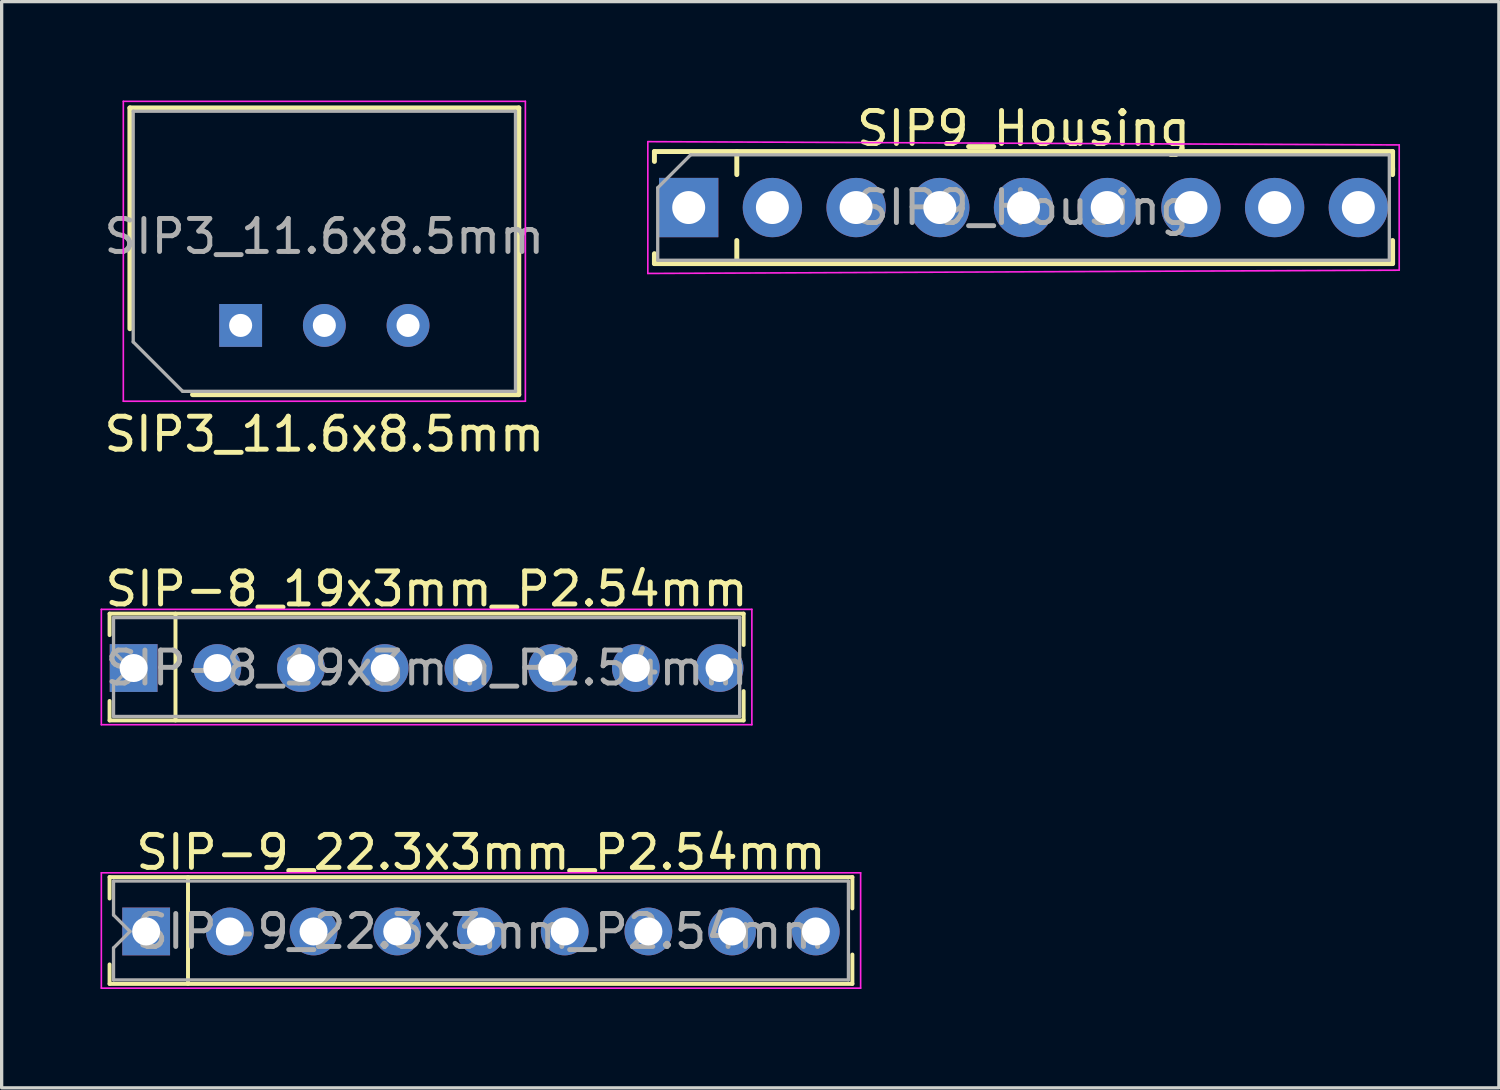
<source format=kicad_pcb>
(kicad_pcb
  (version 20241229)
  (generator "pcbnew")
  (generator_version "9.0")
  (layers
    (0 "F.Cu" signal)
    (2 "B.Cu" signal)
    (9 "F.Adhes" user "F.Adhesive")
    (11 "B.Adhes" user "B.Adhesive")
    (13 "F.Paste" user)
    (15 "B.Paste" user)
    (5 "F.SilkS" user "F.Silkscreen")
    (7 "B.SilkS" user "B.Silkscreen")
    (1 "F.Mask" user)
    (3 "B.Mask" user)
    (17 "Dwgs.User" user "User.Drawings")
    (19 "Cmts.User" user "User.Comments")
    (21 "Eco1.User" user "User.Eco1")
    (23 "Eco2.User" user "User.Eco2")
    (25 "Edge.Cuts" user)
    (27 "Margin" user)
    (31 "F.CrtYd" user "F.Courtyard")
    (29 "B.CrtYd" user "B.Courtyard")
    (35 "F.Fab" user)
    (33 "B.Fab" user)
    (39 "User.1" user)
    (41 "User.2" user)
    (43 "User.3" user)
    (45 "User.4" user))
  (footprint "SIP-9_22.3x3mm_P2.54mm"
    (layer "F.Cu")
    (at 1.385 25.215)
    (property "Reference" "SIP-9_22.3x3mm_P2.54mm" (at 10.16 -2.4 0) (layer "F.SilkS") (effects (font (size 1 1) (thickness 0.15))))
    (attr through_hole)
    (fp_line (start -1.11 -1.65) (end -1.11 -1) (stroke (width 0.12) (type solid)) (layer "F.SilkS"))
    (fp_line (start -1.11 1.59) (end -1.11 1) (stroke (width 0.12) (type solid)) (layer "F.SilkS"))
    (fp_line (start 1.27 1.59) (end 1.27 -1.65) (stroke (width 0.12) (type solid)) (layer "F.SilkS"))
    (fp_line (start 21.43 -1.65) (end -1.11 -1.65) (stroke (width 0.12) (type solid)) (layer "F.SilkS"))
    (fp_line (start 21.43 -1.65) (end 21.43 -0.7) (stroke (width 0.12) (type solid)) (layer "F.SilkS"))
    (fp_line (start 21.43 1.59) (end -1.11 1.59) (stroke (width 0.12) (type solid)) (layer "F.SilkS"))
    (fp_line (start 21.43 1.59) (end 21.43 0.7) (stroke (width 0.12) (type solid)) (layer "F.SilkS"))
    (fp_line (start -1.36 -1.78) (end 21.68 -1.78) (stroke (width 0.05) (type solid)) (layer "F.CrtYd"))
    (fp_line (start -1.36 1.72) (end -1.36 -1.78) (stroke (width 0.05) (type solid)) (layer "F.CrtYd"))
    (fp_line (start 21.68 -1.78) (end 21.68 1.72) (stroke (width 0.05) (type solid)) (layer "F.CrtYd"))
    (fp_line (start 21.68 1.72) (end -1.36 1.72) (stroke (width 0.05) (type solid)) (layer "F.CrtYd"))
    (fp_line (start -0.99 -1.53) (end -0.99 -0.5) (stroke (width 0.1) (type solid)) (layer "F.Fab"))
    (fp_line (start -0.99 -0.5) (end -0.49 0) (stroke (width 0.1) (type solid)) (layer "F.Fab"))
    (fp_line (start -0.99 0.5) (end -0.99 1.47) (stroke (width 0.1) (type solid)) (layer "F.Fab"))
    (fp_line (start -0.49 0) (end -0.99 0.5) (stroke (width 0.1) (type solid)) (layer "F.Fab"))
    (fp_line (start 21.31 -1.53) (end -0.99 -1.53) (stroke (width 0.1) (type solid)) (layer "F.Fab"))
    (fp_line (start 21.31 -1.53) (end 21.31 1.47) (stroke (width 0.1) (type solid)) (layer "F.Fab"))
    (fp_line (start 21.31 1.47) (end -0.99 1.47) (stroke (width 0.1) (type solid)) (layer "F.Fab"))
    (fp_text user "${REFERENCE}" (at 10.16 0 0) (layer "F.Fab") (effects (font (size 1 1) (thickness 0.15))))
    (pad "1" thru_hole rect (at 0 0 90) (size 1.45 1.45) (drill 0.85) (layers "*.Cu" "*.Mask"))
    (pad "2" thru_hole circle (at 2.54 0 90) (size 1.45 1.45) (drill 0.85) (layers "*.Cu" "*.Mask"))
    (pad "3" thru_hole circle (at 5.08 0 90) (size 1.45 1.45) (drill 0.85) (layers "*.Cu" "*.Mask"))
    (pad "4" thru_hole circle (at 7.62 0 90) (size 1.45 1.45) (drill 0.85) (layers "*.Cu" "*.Mask"))
    (pad "5" thru_hole circle (at 10.16 0 90) (size 1.45 1.45) (drill 0.85) (layers "*.Cu" "*.Mask"))
    (pad "6" thru_hole circle (at 12.7 0 90) (size 1.45 1.45) (drill 0.85) (layers "*.Cu" "*.Mask"))
    (pad "7" thru_hole circle (at 15.24 0 90) (size 1.45 1.45) (drill 0.85) (layers "*.Cu" "*.Mask"))
    (pad "8" thru_hole circle (at 17.78 0 90) (size 1.45 1.45) (drill 0.85) (layers "*.Cu" "*.Mask"))
    (pad "9" thru_hole circle (at 20.32 0 90) (size 1.45 1.45) (drill 0.85) (layers "*.Cu" "*.Mask")))
  (footprint "SIP3_11.6x8.5mm"
    (layer "F.Cu")
    (at 4.252 6.825)
    (property "Reference" "SIP3_11.6x8.5mm" (at 2.54 3.3 180) (layer "F.SilkS") (effects (font (size 1 1) (thickness 0.15))))
    (attr through_hole)
    (fp_line (start -3.36 -6.6) (end 8.44 -6.6) (stroke (width 0.15) (type solid)) (layer "F.SilkS"))
    (fp_line (start -3.36 0.1) (end -3.36 -6.6) (stroke (width 0.15) (type solid)) (layer "F.SilkS"))
    (fp_line (start -1.46 2.1) (end 8.44 2.1) (stroke (width 0.15) (type solid)) (layer "F.SilkS"))
    (fp_line (start 8.44 -6.6) (end 8.44 2.1) (stroke (width 0.15) (type solid)) (layer "F.SilkS"))
    (fp_line (start -3.56 2.3) (end -3.56 -6.8) (stroke (width 0.05) (type solid)) (layer "F.CrtYd"))
    (fp_line (start 8.64 -6.8) (end -3.56 -6.8) (stroke (width 0.05) (type solid)) (layer "F.CrtYd"))
    (fp_line (start 8.64 2.3) (end -3.56 2.3) (stroke (width 0.05) (type solid)) (layer "F.CrtYd"))
    (fp_line (start 8.64 2.3) (end 8.64 -6.8) (stroke (width 0.05) (type solid)) (layer "F.CrtYd"))
    (fp_line (start -3.26 -6.5) (end -3.26 0.5) (stroke (width 0.1) (type solid)) (layer "F.Fab"))
    (fp_line (start -3.26 0.5) (end -1.76 2) (stroke (width 0.1) (type solid)) (layer "F.Fab"))
    (fp_line (start 8.34 -6.5) (end -3.26 -6.5) (stroke (width 0.1) (type solid)) (layer "F.Fab"))
    (fp_line (start 8.34 2) (end -1.76 2) (stroke (width 0.1) (type solid)) (layer "F.Fab"))
    (fp_line (start 8.34 2) (end 8.34 -6.5) (stroke (width 0.1) (type solid)) (layer "F.Fab"))
    (fp_text user "${REFERENCE}" (at 2.54 -2.7 180) (layer "F.Fab") (effects (font (size 1 1) (thickness 0.15))))
    (pad "1" thru_hole rect (at 0 0 270) (size 1.3 1.3) (drill 0.7) (layers "*.Cu" "*.Mask"))
    (pad "2" thru_hole circle (at 2.54 0 180) (size 1.3 1.3) (drill 0.7) (layers "*.Cu" "*.Mask"))
    (pad "3" thru_hole circle (at 5.08 0 270) (size 1.3 1.3) (drill 0.7) (layers "*.Cu" "*.Mask")))
  (footprint "SIP9_Housing"
    (layer "F.Cu")
    (at 17.848 3.248)
    (property "Reference" "SIP9_Housing" (at 10.16 -2.4 0) (layer "F.SilkS") (effects (font (size 1 1) (thickness 0.15))))
    (attr through_hole)
    (fp_line (start -1.04 -1.7) (end -1.04 -1.4) (stroke (width 0.15) (type solid)) (layer "F.SilkS"))
    (fp_line (start -1.04 1.7) (end -1.04 1.4) (stroke (width 0.15) (type solid)) (layer "F.SilkS"))
    (fp_line (start 1.46 -1.7) (end 1.46 -1) (stroke (width 0.15) (type solid)) (layer "F.SilkS"))
    (fp_line (start 1.46 1.7) (end 1.46 1) (stroke (width 0.15) (type solid)) (layer "F.SilkS"))
    (fp_line (start 10.16 -1.7) (end 21.36 -1.7) (stroke (width 0.15) (type solid)) (layer "F.SilkS"))
    (fp_line (start 10.16 1.7) (end -1.04 1.7) (stroke (width 0.15) (type solid)) (layer "F.SilkS"))
    (fp_line (start 10.16 1.7) (end 21.36 1.7) (stroke (width 0.15) (type solid)) (layer "F.SilkS"))
    (fp_line (start 10.26 -1.7) (end -1.04 -1.7) (stroke (width 0.15) (type solid)) (layer "F.SilkS"))
    (fp_line (start 21.36 -1.7) (end 21.36 -1.1) (stroke (width 0.15) (type solid)) (layer "F.SilkS"))
    (fp_line (start 21.36 -1.2) (end 21.36 -1) (stroke (width 0.15) (type solid)) (layer "F.SilkS"))
    (fp_line (start 21.36 1.7) (end 21.36 1) (stroke (width 0.15) (type solid)) (layer "F.SilkS"))
    (fp_line (start -1.24 -2) (end -1.24 2) (stroke (width 0.05) (type solid)) (layer "F.CrtYd"))
    (fp_line (start -1.24 2) (end 21.56 1.9) (stroke (width 0.05) (type solid)) (layer "F.CrtYd"))
    (fp_line (start 21.56 -1.9) (end -1.24 -2) (stroke (width 0.05) (type solid)) (layer "F.CrtYd"))
    (fp_line (start 21.56 1.9) (end 21.56 -1.9) (stroke (width 0.05) (type solid)) (layer "F.CrtYd"))
    (fp_line (start -0.94 -0.6) (end 0.06 -1.6) (stroke (width 0.1) (type solid)) (layer "F.Fab"))
    (fp_line (start -0.94 1.6) (end -0.94 -0.6) (stroke (width 0.1) (type solid)) (layer "F.Fab"))
    (fp_line (start 0.06 -1.6) (end 21.26 -1.6) (stroke (width 0.1) (type solid)) (layer "F.Fab"))
    (fp_line (start 21.26 -1.6) (end 21.26 1.6) (stroke (width 0.1) (type solid)) (layer "F.Fab"))
    (fp_line (start 21.26 1.6) (end -0.94 1.6) (stroke (width 0.1) (type solid)) (layer "F.Fab"))
    (fp_text user "${REFERENCE}" (at 10.16 0 0) (layer "F.Fab") (effects (font (size 1 1) (thickness 0.15))))
    (pad "1" thru_hole rect (at 0 0 90) (size 1.8 1.8) (drill 1) (layers "*.Cu" "*.Mask"))
    (pad "2" thru_hole circle (at 2.54 0 90) (size 1.8 1.8) (drill 1) (layers "*.Cu" "*.Mask"))
    (pad "3" thru_hole circle (at 5.08 0 90) (size 1.8 1.8) (drill 1) (layers "*.Cu" "*.Mask"))
    (pad "4" thru_hole circle (at 7.62 0 90) (size 1.8 1.8) (drill 1) (layers "*.Cu" "*.Mask"))
    (pad "5" thru_hole circle (at 10.16 0 90) (size 1.8 1.8) (drill 1) (layers "*.Cu" "*.Mask"))
    (pad "6" thru_hole circle (at 12.7 0 90) (size 1.8 1.8) (drill 1) (layers "*.Cu" "*.Mask"))
    (pad "7" thru_hole circle (at 15.24 0 90) (size 1.8 1.8) (drill 1) (layers "*.Cu" "*.Mask"))
    (pad "8" thru_hole circle (at 17.78 0 90) (size 1.8 1.8) (drill 1) (layers "*.Cu" "*.Mask"))
    (pad "9" thru_hole circle (at 20.32 0 90) (size 1.8 1.8) (drill 1) (layers "*.Cu" "*.Mask")))
  (footprint "SIP-8_19x3mm_P2.54mm"
    (layer "F.Cu")
    (at 1.005 17.221)
    (property "Reference" "SIP-8_19x3mm_P2.54mm" (at 8.89 -2.4 0) (layer "F.SilkS") (effects (font (size 1 1) (thickness 0.15))))
    (attr through_hole)
    (fp_line (start -0.73 -1.65) (end -0.73 -1) (stroke (width 0.12) (type solid)) (layer "F.SilkS"))
    (fp_line (start -0.73 1.59) (end -0.73 1) (stroke (width 0.12) (type solid)) (layer "F.SilkS"))
    (fp_line (start 1.27 1.59) (end 1.27 -1.65) (stroke (width 0.12) (type solid)) (layer "F.SilkS"))
    (fp_line (start 18.51 -1.65) (end -0.73 -1.65) (stroke (width 0.12) (type solid)) (layer "F.SilkS"))
    (fp_line (start 18.51 -1.65) (end 18.51 -0.7) (stroke (width 0.12) (type solid)) (layer "F.SilkS"))
    (fp_line (start 18.51 1.59) (end -0.73 1.59) (stroke (width 0.12) (type solid)) (layer "F.SilkS"))
    (fp_line (start 18.51 1.59) (end 18.51 0.7) (stroke (width 0.12) (type solid)) (layer "F.SilkS"))
    (fp_line (start -0.98 -1.78) (end 18.76 -1.78) (stroke (width 0.05) (type solid)) (layer "F.CrtYd"))
    (fp_line (start -0.98 1.72) (end -0.98 -1.78) (stroke (width 0.05) (type solid)) (layer "F.CrtYd"))
    (fp_line (start 18.76 -1.78) (end 18.76 1.72) (stroke (width 0.05) (type solid)) (layer "F.CrtYd"))
    (fp_line (start 18.76 1.72) (end -0.98 1.72) (stroke (width 0.05) (type solid)) (layer "F.CrtYd"))
    (fp_line (start -0.61 -1.53) (end -0.61 -0.5) (stroke (width 0.1) (type solid)) (layer "F.Fab"))
    (fp_line (start -0.61 -0.5) (end -0.11 0) (stroke (width 0.1) (type solid)) (layer "F.Fab"))
    (fp_line (start -0.61 0.5) (end -0.61 1.47) (stroke (width 0.1) (type solid)) (layer "F.Fab"))
    (fp_line (start -0.11 0) (end -0.61 0.5) (stroke (width 0.1) (type solid)) (layer "F.Fab"))
    (fp_line (start 18.39 -1.53) (end -0.61 -1.53) (stroke (width 0.1) (type solid)) (layer "F.Fab"))
    (fp_line (start 18.39 -1.53) (end 18.39 1.47) (stroke (width 0.1) (type solid)) (layer "F.Fab"))
    (fp_line (start 18.39 1.47) (end -0.61 1.47) (stroke (width 0.1) (type solid)) (layer "F.Fab"))
    (fp_text user "${REFERENCE}" (at 8.89 0 0) (layer "F.Fab") (effects (font (size 1 1) (thickness 0.15))))
    (pad "1" thru_hole rect (at 0 0 90) (size 1.45 1.45) (drill 0.85) (layers "*.Cu" "*.Mask"))
    (pad "2" thru_hole circle (at 2.54 0 90) (size 1.45 1.45) (drill 0.85) (layers "*.Cu" "*.Mask"))
    (pad "3" thru_hole circle (at 5.08 0 90) (size 1.45 1.45) (drill 0.85) (layers "*.Cu" "*.Mask"))
    (pad "4" thru_hole circle (at 7.62 0 90) (size 1.45 1.45) (drill 0.85) (layers "*.Cu" "*.Mask"))
    (pad "5" thru_hole circle (at 10.16 0 90) (size 1.45 1.45) (drill 0.85) (layers "*.Cu" "*.Mask"))
    (pad "6" thru_hole circle (at 12.7 0 90) (size 1.45 1.45) (drill 0.85) (layers "*.Cu" "*.Mask"))
    (pad "7" thru_hole circle (at 15.24 0 90) (size 1.45 1.45) (drill 0.85) (layers "*.Cu" "*.Mask"))
    (pad "8" thru_hole circle (at 17.78 0 90) (size 1.45 1.45) (drill 0.85) (layers "*.Cu" "*.Mask")))
  (gr_rect
    (start -3 -3)
    (end 42.433 29.96)
    (stroke (width 0.1) (type default))
    (fill no)
    (layer "Edge.Cuts")))
</source>
